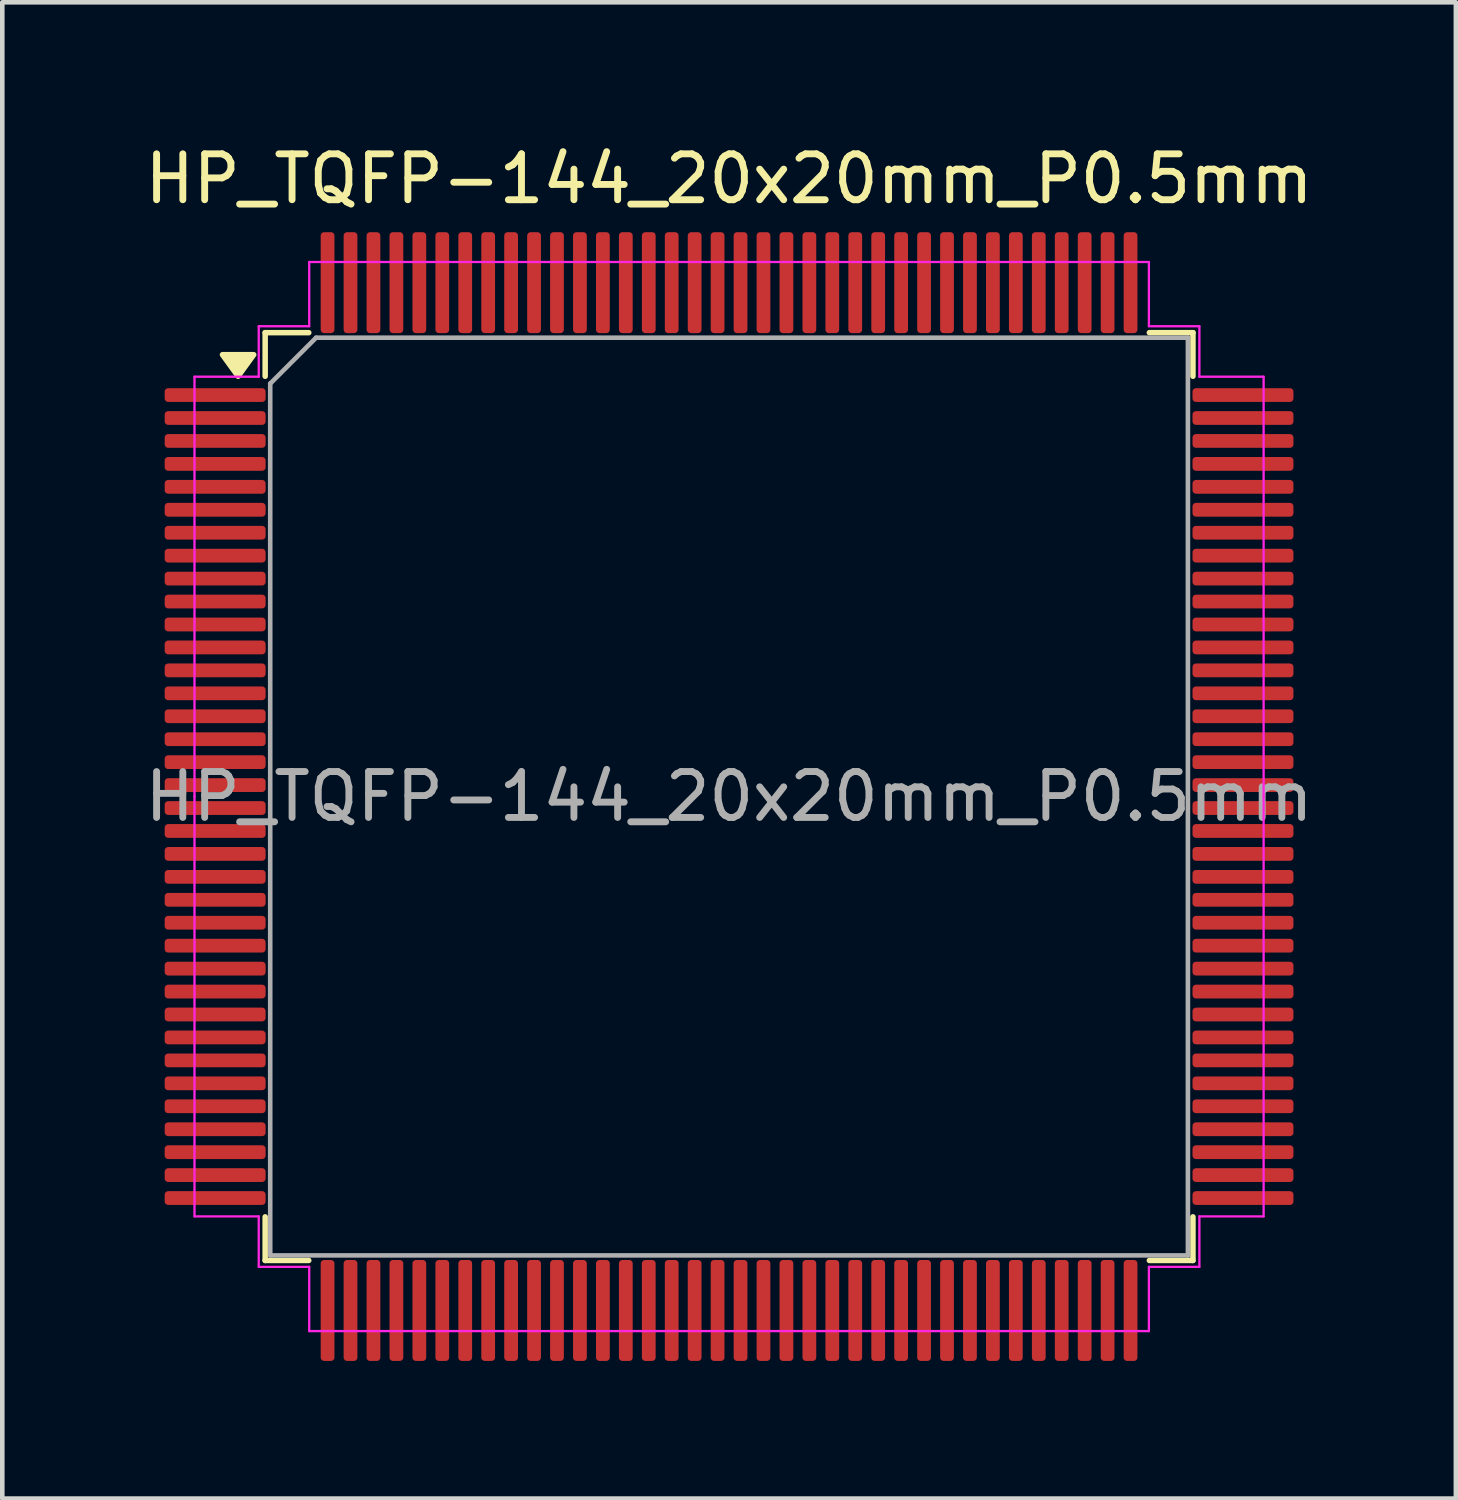
<source format=kicad_pcb>
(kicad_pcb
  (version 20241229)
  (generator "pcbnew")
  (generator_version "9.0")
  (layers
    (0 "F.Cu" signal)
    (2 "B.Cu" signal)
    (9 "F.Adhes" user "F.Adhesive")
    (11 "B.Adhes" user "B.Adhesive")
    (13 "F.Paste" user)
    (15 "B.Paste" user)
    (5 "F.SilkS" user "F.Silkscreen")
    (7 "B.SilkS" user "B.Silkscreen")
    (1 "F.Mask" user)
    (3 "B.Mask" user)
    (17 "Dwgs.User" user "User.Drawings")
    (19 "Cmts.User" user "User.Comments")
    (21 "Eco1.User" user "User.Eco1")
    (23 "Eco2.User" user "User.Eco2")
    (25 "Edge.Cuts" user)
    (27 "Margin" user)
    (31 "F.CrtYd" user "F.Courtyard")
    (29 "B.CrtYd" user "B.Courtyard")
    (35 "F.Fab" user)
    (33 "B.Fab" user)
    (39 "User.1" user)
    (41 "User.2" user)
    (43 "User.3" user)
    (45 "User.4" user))
  (footprint "HP_TQFP-144_20x20mm_P0.5mm"
    (layer "F.Cu")
    (at 12.839 14.31)
    (property "Reference" "HP_TQFP-144_20x20mm_P0.5mm" (at 0 -13.462 0) (layer "F.SilkS") (effects (font (size 1 1) (thickness 0.15))))
    (attr smd)
    (fp_line (start -10.11 -10.11) (end -10.11 -9.16) (stroke (width 0.12) (type solid)) (layer "F.SilkS"))
    (fp_line (start -10.11 10.11) (end -10.11 9.16) (stroke (width 0.12) (type solid)) (layer "F.SilkS"))
    (fp_line (start -9.16 -10.11) (end -10.11 -10.11) (stroke (width 0.12) (type solid)) (layer "F.SilkS"))
    (fp_line (start -9.16 10.11) (end -10.11 10.11) (stroke (width 0.12) (type solid)) (layer "F.SilkS"))
    (fp_line (start 9.16 -10.11) (end 10.11 -10.11) (stroke (width 0.12) (type solid)) (layer "F.SilkS"))
    (fp_line (start 9.16 10.11) (end 10.11 10.11) (stroke (width 0.12) (type solid)) (layer "F.SilkS"))
    (fp_line (start 10.11 -10.11) (end 10.11 -9.16) (stroke (width 0.12) (type solid)) (layer "F.SilkS"))
    (fp_line (start 10.11 10.11) (end 10.11 9.16) (stroke (width 0.12) (type solid)) (layer "F.SilkS"))
    (fp_poly (pts (xy -10.7 -9.16) (xy -11.04 -9.63) (xy -10.36 -9.63)) (stroke (width 0.12) (type solid)) (fill yes) (layer "F.SilkS"))
    (fp_line (start -11.65 -9.15) (end -11.65 0) (stroke (width 0.05) (type solid)) (layer "F.CrtYd"))
    (fp_line (start -11.65 9.15) (end -11.65 0) (stroke (width 0.05) (type solid)) (layer "F.CrtYd"))
    (fp_line (start -10.25 -10.25) (end -10.25 -9.15) (stroke (width 0.05) (type solid)) (layer "F.CrtYd"))
    (fp_line (start -10.25 -9.15) (end -11.65 -9.15) (stroke (width 0.05) (type solid)) (layer "F.CrtYd"))
    (fp_line (start -10.25 9.15) (end -11.65 9.15) (stroke (width 0.05) (type solid)) (layer "F.CrtYd"))
    (fp_line (start -10.25 10.25) (end -10.25 9.15) (stroke (width 0.05) (type solid)) (layer "F.CrtYd"))
    (fp_line (start -9.15 -11.65) (end -9.15 -10.25) (stroke (width 0.05) (type solid)) (layer "F.CrtYd"))
    (fp_line (start -9.15 -10.25) (end -10.25 -10.25) (stroke (width 0.05) (type solid)) (layer "F.CrtYd"))
    (fp_line (start -9.15 10.25) (end -10.25 10.25) (stroke (width 0.05) (type solid)) (layer "F.CrtYd"))
    (fp_line (start -9.15 11.65) (end -9.15 10.25) (stroke (width 0.05) (type solid)) (layer "F.CrtYd"))
    (fp_line (start 0 -11.65) (end -9.15 -11.65) (stroke (width 0.05) (type solid)) (layer "F.CrtYd"))
    (fp_line (start 0 -11.65) (end 9.15 -11.65) (stroke (width 0.05) (type solid)) (layer "F.CrtYd"))
    (fp_line (start 0 11.65) (end -9.15 11.65) (stroke (width 0.05) (type solid)) (layer "F.CrtYd"))
    (fp_line (start 0 11.65) (end 9.15 11.65) (stroke (width 0.05) (type solid)) (layer "F.CrtYd"))
    (fp_line (start 9.15 -11.65) (end 9.15 -10.25) (stroke (width 0.05) (type solid)) (layer "F.CrtYd"))
    (fp_line (start 9.15 -10.25) (end 10.25 -10.25) (stroke (width 0.05) (type solid)) (layer "F.CrtYd"))
    (fp_line (start 9.15 10.25) (end 10.25 10.25) (stroke (width 0.05) (type solid)) (layer "F.CrtYd"))
    (fp_line (start 9.15 11.65) (end 9.15 10.25) (stroke (width 0.05) (type solid)) (layer "F.CrtYd"))
    (fp_line (start 10.25 -10.25) (end 10.25 -9.15) (stroke (width 0.05) (type solid)) (layer "F.CrtYd"))
    (fp_line (start 10.25 -9.15) (end 11.65 -9.15) (stroke (width 0.05) (type solid)) (layer "F.CrtYd"))
    (fp_line (start 10.25 9.15) (end 11.65 9.15) (stroke (width 0.05) (type solid)) (layer "F.CrtYd"))
    (fp_line (start 10.25 10.25) (end 10.25 9.15) (stroke (width 0.05) (type solid)) (layer "F.CrtYd"))
    (fp_line (start 11.65 -9.15) (end 11.65 0) (stroke (width 0.05) (type solid)) (layer "F.CrtYd"))
    (fp_line (start 11.65 9.15) (end 11.65 0) (stroke (width 0.05) (type solid)) (layer "F.CrtYd"))
    (fp_line (start -10 -9) (end -9 -10) (stroke (width 0.1) (type solid)) (layer "F.Fab"))
    (fp_line (start -10 10) (end -10 -9) (stroke (width 0.1) (type solid)) (layer "F.Fab"))
    (fp_line (start -9 -10) (end 10 -10) (stroke (width 0.1) (type solid)) (layer "F.Fab"))
    (fp_line (start 10 -10) (end 10 10) (stroke (width 0.1) (type solid)) (layer "F.Fab"))
    (fp_line (start 10 10) (end -10 10) (stroke (width 0.1) (type solid)) (layer "F.Fab"))
    (fp_text user "${REFERENCE}" (at 0 0 0) (layer "F.Fab") (effects (font (size 1 1) (thickness 0.15))))
    (pad "1" smd roundrect (at -11.2 -8.75) (size 2.2 0.3) (layers "F.Cu" "F.Mask" "F.Paste") (roundrect_rratio 0.25))
    (pad "2" smd roundrect (at -11.2 -8.25) (size 2.2 0.3) (layers "F.Cu" "F.Mask" "F.Paste") (roundrect_rratio 0.25))
    (pad "3" smd roundrect (at -11.2 -7.75) (size 2.2 0.3) (layers "F.Cu" "F.Mask" "F.Paste") (roundrect_rratio 0.25))
    (pad "4" smd roundrect (at -11.2 -7.25) (size 2.2 0.3) (layers "F.Cu" "F.Mask" "F.Paste") (roundrect_rratio 0.25))
    (pad "5" smd roundrect (at -11.2 -6.75) (size 2.2 0.3) (layers "F.Cu" "F.Mask" "F.Paste") (roundrect_rratio 0.25))
    (pad "6" smd roundrect (at -11.2 -6.25) (size 2.2 0.3) (layers "F.Cu" "F.Mask" "F.Paste") (roundrect_rratio 0.25))
    (pad "7" smd roundrect (at -11.2 -5.75) (size 2.2 0.3) (layers "F.Cu" "F.Mask" "F.Paste") (roundrect_rratio 0.25))
    (pad "8" smd roundrect (at -11.2 -5.25) (size 2.2 0.3) (layers "F.Cu" "F.Mask" "F.Paste") (roundrect_rratio 0.25))
    (pad "9" smd roundrect (at -11.2 -4.75) (size 2.2 0.3) (layers "F.Cu" "F.Mask" "F.Paste") (roundrect_rratio 0.25))
    (pad "10" smd roundrect (at -11.2 -4.25) (size 2.2 0.3) (layers "F.Cu" "F.Mask" "F.Paste") (roundrect_rratio 0.25))
    (pad "11" smd roundrect (at -11.2 -3.75) (size 2.2 0.3) (layers "F.Cu" "F.Mask" "F.Paste") (roundrect_rratio 0.25))
    (pad "12" smd roundrect (at -11.2 -3.25) (size 2.2 0.3) (layers "F.Cu" "F.Mask" "F.Paste") (roundrect_rratio 0.25))
    (pad "13" smd roundrect (at -11.2 -2.75) (size 2.2 0.3) (layers "F.Cu" "F.Mask" "F.Paste") (roundrect_rratio 0.25))
    (pad "14" smd roundrect (at -11.2 -2.25) (size 2.2 0.3) (layers "F.Cu" "F.Mask" "F.Paste") (roundrect_rratio 0.25))
    (pad "15" smd roundrect (at -11.2 -1.75) (size 2.2 0.3) (layers "F.Cu" "F.Mask" "F.Paste") (roundrect_rratio 0.25))
    (pad "16" smd roundrect (at -11.2 -1.25) (size 2.2 0.3) (layers "F.Cu" "F.Mask" "F.Paste") (roundrect_rratio 0.25))
    (pad "17" smd roundrect (at -11.2 -0.75) (size 2.2 0.3) (layers "F.Cu" "F.Mask" "F.Paste") (roundrect_rratio 0.25))
    (pad "18" smd roundrect (at -11.2 -0.25) (size 2.2 0.3) (layers "F.Cu" "F.Mask" "F.Paste") (roundrect_rratio 0.25))
    (pad "19" smd roundrect (at -11.2 0.25) (size 2.2 0.3) (layers "F.Cu" "F.Mask" "F.Paste") (roundrect_rratio 0.25))
    (pad "20" smd roundrect (at -11.2 0.75) (size 2.2 0.3) (layers "F.Cu" "F.Mask" "F.Paste") (roundrect_rratio 0.25))
    (pad "21" smd roundrect (at -11.2 1.25) (size 2.2 0.3) (layers "F.Cu" "F.Mask" "F.Paste") (roundrect_rratio 0.25))
    (pad "22" smd roundrect (at -11.2 1.75) (size 2.2 0.3) (layers "F.Cu" "F.Mask" "F.Paste") (roundrect_rratio 0.25))
    (pad "23" smd roundrect (at -11.2 2.25) (size 2.2 0.3) (layers "F.Cu" "F.Mask" "F.Paste") (roundrect_rratio 0.25))
    (pad "24" smd roundrect (at -11.2 2.75) (size 2.2 0.3) (layers "F.Cu" "F.Mask" "F.Paste") (roundrect_rratio 0.25))
    (pad "25" smd roundrect (at -11.2 3.25) (size 2.2 0.3) (layers "F.Cu" "F.Mask" "F.Paste") (roundrect_rratio 0.25))
    (pad "26" smd roundrect (at -11.2 3.75) (size 2.2 0.3) (layers "F.Cu" "F.Mask" "F.Paste") (roundrect_rratio 0.25))
    (pad "27" smd roundrect (at -11.2 4.25) (size 2.2 0.3) (layers "F.Cu" "F.Mask" "F.Paste") (roundrect_rratio 0.25))
    (pad "28" smd roundrect (at -11.2 4.75) (size 2.2 0.3) (layers "F.Cu" "F.Mask" "F.Paste") (roundrect_rratio 0.25))
    (pad "29" smd roundrect (at -11.2 5.25) (size 2.2 0.3) (layers "F.Cu" "F.Mask" "F.Paste") (roundrect_rratio 0.25))
    (pad "30" smd roundrect (at -11.2 5.75) (size 2.2 0.3) (layers "F.Cu" "F.Mask" "F.Paste") (roundrect_rratio 0.25))
    (pad "31" smd roundrect (at -11.2 6.25) (size 2.2 0.3) (layers "F.Cu" "F.Mask" "F.Paste") (roundrect_rratio 0.25))
    (pad "32" smd roundrect (at -11.2 6.75) (size 2.2 0.3) (layers "F.Cu" "F.Mask" "F.Paste") (roundrect_rratio 0.25))
    (pad "33" smd roundrect (at -11.2 7.25) (size 2.2 0.3) (layers "F.Cu" "F.Mask" "F.Paste") (roundrect_rratio 0.25))
    (pad "34" smd roundrect (at -11.2 7.75) (size 2.2 0.3) (layers "F.Cu" "F.Mask" "F.Paste") (roundrect_rratio 0.25))
    (pad "35" smd roundrect (at -11.2 8.25) (size 2.2 0.3) (layers "F.Cu" "F.Mask" "F.Paste") (roundrect_rratio 0.25))
    (pad "36" smd roundrect (at -11.2 8.75) (size 2.2 0.3) (layers "F.Cu" "F.Mask" "F.Paste") (roundrect_rratio 0.25))
    (pad "37" smd roundrect (at -8.75 11.2) (size 0.3 2.2) (layers "F.Cu" "F.Mask" "F.Paste") (roundrect_rratio 0.25))
    (pad "38" smd roundrect (at -8.25 11.2) (size 0.3 2.2) (layers "F.Cu" "F.Mask" "F.Paste") (roundrect_rratio 0.25))
    (pad "39" smd roundrect (at -7.75 11.2) (size 0.3 2.2) (layers "F.Cu" "F.Mask" "F.Paste") (roundrect_rratio 0.25))
    (pad "40" smd roundrect (at -7.25 11.2) (size 0.3 2.2) (layers "F.Cu" "F.Mask" "F.Paste") (roundrect_rratio 0.25))
    (pad "41" smd roundrect (at -6.75 11.2) (size 0.3 2.2) (layers "F.Cu" "F.Mask" "F.Paste") (roundrect_rratio 0.25))
    (pad "42" smd roundrect (at -6.25 11.2) (size 0.3 2.2) (layers "F.Cu" "F.Mask" "F.Paste") (roundrect_rratio 0.25))
    (pad "43" smd roundrect (at -5.75 11.2) (size 0.3 2.2) (layers "F.Cu" "F.Mask" "F.Paste") (roundrect_rratio 0.25))
    (pad "44" smd roundrect (at -5.25 11.2) (size 0.3 2.2) (layers "F.Cu" "F.Mask" "F.Paste") (roundrect_rratio 0.25))
    (pad "45" smd roundrect (at -4.75 11.2) (size 0.3 2.2) (layers "F.Cu" "F.Mask" "F.Paste") (roundrect_rratio 0.25))
    (pad "46" smd roundrect (at -4.25 11.2) (size 0.3 2.2) (layers "F.Cu" "F.Mask" "F.Paste") (roundrect_rratio 0.25))
    (pad "47" smd roundrect (at -3.75 11.2) (size 0.3 2.2) (layers "F.Cu" "F.Mask" "F.Paste") (roundrect_rratio 0.25))
    (pad "48" smd roundrect (at -3.25 11.2) (size 0.3 2.2) (layers "F.Cu" "F.Mask" "F.Paste") (roundrect_rratio 0.25))
    (pad "49" smd roundrect (at -2.75 11.2) (size 0.3 2.2) (layers "F.Cu" "F.Mask" "F.Paste") (roundrect_rratio 0.25))
    (pad "50" smd roundrect (at -2.25 11.2) (size 0.3 2.2) (layers "F.Cu" "F.Mask" "F.Paste") (roundrect_rratio 0.25))
    (pad "51" smd roundrect (at -1.75 11.2) (size 0.3 2.2) (layers "F.Cu" "F.Mask" "F.Paste") (roundrect_rratio 0.25))
    (pad "52" smd roundrect (at -1.25 11.2) (size 0.3 2.2) (layers "F.Cu" "F.Mask" "F.Paste") (roundrect_rratio 0.25))
    (pad "53" smd roundrect (at -0.75 11.2) (size 0.3 2.2) (layers "F.Cu" "F.Mask" "F.Paste") (roundrect_rratio 0.25))
    (pad "54" smd roundrect (at -0.25 11.2) (size 0.3 2.2) (layers "F.Cu" "F.Mask" "F.Paste") (roundrect_rratio 0.25))
    (pad "55" smd roundrect (at 0.25 11.2) (size 0.3 2.2) (layers "F.Cu" "F.Mask" "F.Paste") (roundrect_rratio 0.25))
    (pad "56" smd roundrect (at 0.75 11.2) (size 0.3 2.2) (layers "F.Cu" "F.Mask" "F.Paste") (roundrect_rratio 0.25))
    (pad "57" smd roundrect (at 1.25 11.2) (size 0.3 2.2) (layers "F.Cu" "F.Mask" "F.Paste") (roundrect_rratio 0.25))
    (pad "58" smd roundrect (at 1.75 11.2) (size 0.3 2.2) (layers "F.Cu" "F.Mask" "F.Paste") (roundrect_rratio 0.25))
    (pad "59" smd roundrect (at 2.25 11.2) (size 0.3 2.2) (layers "F.Cu" "F.Mask" "F.Paste") (roundrect_rratio 0.25))
    (pad "60" smd roundrect (at 2.75 11.2) (size 0.3 2.2) (layers "F.Cu" "F.Mask" "F.Paste") (roundrect_rratio 0.25))
    (pad "61" smd roundrect (at 3.25 11.2) (size 0.3 2.2) (layers "F.Cu" "F.Mask" "F.Paste") (roundrect_rratio 0.25))
    (pad "62" smd roundrect (at 3.75 11.2) (size 0.3 2.2) (layers "F.Cu" "F.Mask" "F.Paste") (roundrect_rratio 0.25))
    (pad "63" smd roundrect (at 4.25 11.2) (size 0.3 2.2) (layers "F.Cu" "F.Mask" "F.Paste") (roundrect_rratio 0.25))
    (pad "64" smd roundrect (at 4.75 11.2) (size 0.3 2.2) (layers "F.Cu" "F.Mask" "F.Paste") (roundrect_rratio 0.25))
    (pad "65" smd roundrect (at 5.25 11.2) (size 0.3 2.2) (layers "F.Cu" "F.Mask" "F.Paste") (roundrect_rratio 0.25))
    (pad "66" smd roundrect (at 5.75 11.2) (size 0.3 2.2) (layers "F.Cu" "F.Mask" "F.Paste") (roundrect_rratio 0.25))
    (pad "67" smd roundrect (at 6.25 11.2) (size 0.3 2.2) (layers "F.Cu" "F.Mask" "F.Paste") (roundrect_rratio 0.25))
    (pad "68" smd roundrect (at 6.75 11.2) (size 0.3 2.2) (layers "F.Cu" "F.Mask" "F.Paste") (roundrect_rratio 0.25))
    (pad "69" smd roundrect (at 7.25 11.2) (size 0.3 2.2) (layers "F.Cu" "F.Mask" "F.Paste") (roundrect_rratio 0.25))
    (pad "70" smd roundrect (at 7.75 11.2) (size 0.3 2.2) (layers "F.Cu" "F.Mask" "F.Paste") (roundrect_rratio 0.25))
    (pad "71" smd roundrect (at 8.25 11.2) (size 0.3 2.2) (layers "F.Cu" "F.Mask" "F.Paste") (roundrect_rratio 0.25))
    (pad "72" smd roundrect (at 8.75 11.2) (size 0.3 2.2) (layers "F.Cu" "F.Mask" "F.Paste") (roundrect_rratio 0.25))
    (pad "73" smd roundrect (at 11.2 8.75) (size 2.2 0.3) (layers "F.Cu" "F.Mask" "F.Paste") (roundrect_rratio 0.25))
    (pad "74" smd roundrect (at 11.2 8.25) (size 2.2 0.3) (layers "F.Cu" "F.Mask" "F.Paste") (roundrect_rratio 0.25))
    (pad "75" smd roundrect (at 11.2 7.75) (size 2.2 0.3) (layers "F.Cu" "F.Mask" "F.Paste") (roundrect_rratio 0.25))
    (pad "76" smd roundrect (at 11.2 7.25) (size 2.2 0.3) (layers "F.Cu" "F.Mask" "F.Paste") (roundrect_rratio 0.25))
    (pad "77" smd roundrect (at 11.2 6.75) (size 2.2 0.3) (layers "F.Cu" "F.Mask" "F.Paste") (roundrect_rratio 0.25))
    (pad "78" smd roundrect (at 11.2 6.25) (size 2.2 0.3) (layers "F.Cu" "F.Mask" "F.Paste") (roundrect_rratio 0.25))
    (pad "79" smd roundrect (at 11.2 5.75) (size 2.2 0.3) (layers "F.Cu" "F.Mask" "F.Paste") (roundrect_rratio 0.25))
    (pad "80" smd roundrect (at 11.2 5.25) (size 2.2 0.3) (layers "F.Cu" "F.Mask" "F.Paste") (roundrect_rratio 0.25))
    (pad "81" smd roundrect (at 11.2 4.75) (size 2.2 0.3) (layers "F.Cu" "F.Mask" "F.Paste") (roundrect_rratio 0.25))
    (pad "82" smd roundrect (at 11.2 4.25) (size 2.2 0.3) (layers "F.Cu" "F.Mask" "F.Paste") (roundrect_rratio 0.25))
    (pad "83" smd roundrect (at 11.2 3.75) (size 2.2 0.3) (layers "F.Cu" "F.Mask" "F.Paste") (roundrect_rratio 0.25))
    (pad "84" smd roundrect (at 11.2 3.25) (size 2.2 0.3) (layers "F.Cu" "F.Mask" "F.Paste") (roundrect_rratio 0.25))
    (pad "85" smd roundrect (at 11.2 2.75) (size 2.2 0.3) (layers "F.Cu" "F.Mask" "F.Paste") (roundrect_rratio 0.25))
    (pad "86" smd roundrect (at 11.2 2.25) (size 2.2 0.3) (layers "F.Cu" "F.Mask" "F.Paste") (roundrect_rratio 0.25))
    (pad "87" smd roundrect (at 11.2 1.75) (size 2.2 0.3) (layers "F.Cu" "F.Mask" "F.Paste") (roundrect_rratio 0.25))
    (pad "88" smd roundrect (at 11.2 1.25) (size 2.2 0.3) (layers "F.Cu" "F.Mask" "F.Paste") (roundrect_rratio 0.25))
    (pad "89" smd roundrect (at 11.2 0.75) (size 2.2 0.3) (layers "F.Cu" "F.Mask" "F.Paste") (roundrect_rratio 0.25))
    (pad "90" smd roundrect (at 11.2 0.25) (size 2.2 0.3) (layers "F.Cu" "F.Mask" "F.Paste") (roundrect_rratio 0.25))
    (pad "91" smd roundrect (at 11.2 -0.25) (size 2.2 0.3) (layers "F.Cu" "F.Mask" "F.Paste") (roundrect_rratio 0.25))
    (pad "92" smd roundrect (at 11.2 -0.75) (size 2.2 0.3) (layers "F.Cu" "F.Mask" "F.Paste") (roundrect_rratio 0.25))
    (pad "93" smd roundrect (at 11.2 -1.25) (size 2.2 0.3) (layers "F.Cu" "F.Mask" "F.Paste") (roundrect_rratio 0.25))
    (pad "94" smd roundrect (at 11.2 -1.75) (size 2.2 0.3) (layers "F.Cu" "F.Mask" "F.Paste") (roundrect_rratio 0.25))
    (pad "95" smd roundrect (at 11.2 -2.25) (size 2.2 0.3) (layers "F.Cu" "F.Mask" "F.Paste") (roundrect_rratio 0.25))
    (pad "96" smd roundrect (at 11.2 -2.75) (size 2.2 0.3) (layers "F.Cu" "F.Mask" "F.Paste") (roundrect_rratio 0.25))
    (pad "97" smd roundrect (at 11.2 -3.25) (size 2.2 0.3) (layers "F.Cu" "F.Mask" "F.Paste") (roundrect_rratio 0.25))
    (pad "98" smd roundrect (at 11.2 -3.75) (size 2.2 0.3) (layers "F.Cu" "F.Mask" "F.Paste") (roundrect_rratio 0.25))
    (pad "99" smd roundrect (at 11.2 -4.25) (size 2.2 0.3) (layers "F.Cu" "F.Mask" "F.Paste") (roundrect_rratio 0.25))
    (pad "100" smd roundrect (at 11.2 -4.75) (size 2.2 0.3) (layers "F.Cu" "F.Mask" "F.Paste") (roundrect_rratio 0.25))
    (pad "101" smd roundrect (at 11.2 -5.25) (size 2.2 0.3) (layers "F.Cu" "F.Mask" "F.Paste") (roundrect_rratio 0.25))
    (pad "102" smd roundrect (at 11.2 -5.75) (size 2.2 0.3) (layers "F.Cu" "F.Mask" "F.Paste") (roundrect_rratio 0.25))
    (pad "103" smd roundrect (at 11.2 -6.25) (size 2.2 0.3) (layers "F.Cu" "F.Mask" "F.Paste") (roundrect_rratio 0.25))
    (pad "104" smd roundrect (at 11.2 -6.75) (size 2.2 0.3) (layers "F.Cu" "F.Mask" "F.Paste") (roundrect_rratio 0.25))
    (pad "105" smd roundrect (at 11.2 -7.25) (size 2.2 0.3) (layers "F.Cu" "F.Mask" "F.Paste") (roundrect_rratio 0.25))
    (pad "106" smd roundrect (at 11.2 -7.75) (size 2.2 0.3) (layers "F.Cu" "F.Mask" "F.Paste") (roundrect_rratio 0.25))
    (pad "107" smd roundrect (at 11.2 -8.25) (size 2.2 0.3) (layers "F.Cu" "F.Mask" "F.Paste") (roundrect_rratio 0.25))
    (pad "108" smd roundrect (at 11.2 -8.75) (size 2.2 0.3) (layers "F.Cu" "F.Mask" "F.Paste") (roundrect_rratio 0.25))
    (pad "109" smd roundrect (at 8.75 -11.2) (size 0.3 2.2) (layers "F.Cu" "F.Mask" "F.Paste") (roundrect_rratio 0.25))
    (pad "110" smd roundrect (at 8.25 -11.2) (size 0.3 2.2) (layers "F.Cu" "F.Mask" "F.Paste") (roundrect_rratio 0.25))
    (pad "111" smd roundrect (at 7.75 -11.2) (size 0.3 2.2) (layers "F.Cu" "F.Mask" "F.Paste") (roundrect_rratio 0.25))
    (pad "112" smd roundrect (at 7.25 -11.2) (size 0.3 2.2) (layers "F.Cu" "F.Mask" "F.Paste") (roundrect_rratio 0.25))
    (pad "113" smd roundrect (at 6.75 -11.2) (size 0.3 2.2) (layers "F.Cu" "F.Mask" "F.Paste") (roundrect_rratio 0.25))
    (pad "114" smd roundrect (at 6.25 -11.2) (size 0.3 2.2) (layers "F.Cu" "F.Mask" "F.Paste") (roundrect_rratio 0.25))
    (pad "115" smd roundrect (at 5.75 -11.2) (size 0.3 2.2) (layers "F.Cu" "F.Mask" "F.Paste") (roundrect_rratio 0.25))
    (pad "116" smd roundrect (at 5.25 -11.2) (size 0.3 2.2) (layers "F.Cu" "F.Mask" "F.Paste") (roundrect_rratio 0.25))
    (pad "117" smd roundrect (at 4.75 -11.2) (size 0.3 2.2) (layers "F.Cu" "F.Mask" "F.Paste") (roundrect_rratio 0.25))
    (pad "118" smd roundrect (at 4.25 -11.2) (size 0.3 2.2) (layers "F.Cu" "F.Mask" "F.Paste") (roundrect_rratio 0.25))
    (pad "119" smd roundrect (at 3.75 -11.2) (size 0.3 2.2) (layers "F.Cu" "F.Mask" "F.Paste") (roundrect_rratio 0.25))
    (pad "120" smd roundrect (at 3.25 -11.2) (size 0.3 2.2) (layers "F.Cu" "F.Mask" "F.Paste") (roundrect_rratio 0.25))
    (pad "121" smd roundrect (at 2.75 -11.2) (size 0.3 2.2) (layers "F.Cu" "F.Mask" "F.Paste") (roundrect_rratio 0.25))
    (pad "122" smd roundrect (at 2.25 -11.2) (size 0.3 2.2) (layers "F.Cu" "F.Mask" "F.Paste") (roundrect_rratio 0.25))
    (pad "123" smd roundrect (at 1.75 -11.2) (size 0.3 2.2) (layers "F.Cu" "F.Mask" "F.Paste") (roundrect_rratio 0.25))
    (pad "124" smd roundrect (at 1.25 -11.2) (size 0.3 2.2) (layers "F.Cu" "F.Mask" "F.Paste") (roundrect_rratio 0.25))
    (pad "125" smd roundrect (at 0.75 -11.2) (size 0.3 2.2) (layers "F.Cu" "F.Mask" "F.Paste") (roundrect_rratio 0.25))
    (pad "126" smd roundrect (at 0.25 -11.2) (size 0.3 2.2) (layers "F.Cu" "F.Mask" "F.Paste") (roundrect_rratio 0.25))
    (pad "127" smd roundrect (at -0.25 -11.2) (size 0.3 2.2) (layers "F.Cu" "F.Mask" "F.Paste") (roundrect_rratio 0.25))
    (pad "128" smd roundrect (at -0.75 -11.2) (size 0.3 2.2) (layers "F.Cu" "F.Mask" "F.Paste") (roundrect_rratio 0.25))
    (pad "129" smd roundrect (at -1.25 -11.2) (size 0.3 2.2) (layers "F.Cu" "F.Mask" "F.Paste") (roundrect_rratio 0.25))
    (pad "130" smd roundrect (at -1.75 -11.2) (size 0.3 2.2) (layers "F.Cu" "F.Mask" "F.Paste") (roundrect_rratio 0.25))
    (pad "131" smd roundrect (at -2.25 -11.2) (size 0.3 2.2) (layers "F.Cu" "F.Mask" "F.Paste") (roundrect_rratio 0.25))
    (pad "132" smd roundrect (at -2.75 -11.2) (size 0.3 2.2) (layers "F.Cu" "F.Mask" "F.Paste") (roundrect_rratio 0.25))
    (pad "133" smd roundrect (at -3.25 -11.2) (size 0.3 2.2) (layers "F.Cu" "F.Mask" "F.Paste") (roundrect_rratio 0.25))
    (pad "134" smd roundrect (at -3.75 -11.2) (size 0.3 2.2) (layers "F.Cu" "F.Mask" "F.Paste") (roundrect_rratio 0.25))
    (pad "135" smd roundrect (at -4.25 -11.2) (size 0.3 2.2) (layers "F.Cu" "F.Mask" "F.Paste") (roundrect_rratio 0.25))
    (pad "136" smd roundrect (at -4.75 -11.2) (size 0.3 2.2) (layers "F.Cu" "F.Mask" "F.Paste") (roundrect_rratio 0.25))
    (pad "137" smd roundrect (at -5.25 -11.2) (size 0.3 2.2) (layers "F.Cu" "F.Mask" "F.Paste") (roundrect_rratio 0.25))
    (pad "138" smd roundrect (at -5.75 -11.2) (size 0.3 2.2) (layers "F.Cu" "F.Mask" "F.Paste") (roundrect_rratio 0.25))
    (pad "139" smd roundrect (at -6.25 -11.2) (size 0.3 2.2) (layers "F.Cu" "F.Mask" "F.Paste") (roundrect_rratio 0.25))
    (pad "140" smd roundrect (at -6.75 -11.2) (size 0.3 2.2) (layers "F.Cu" "F.Mask" "F.Paste") (roundrect_rratio 0.25))
    (pad "141" smd roundrect (at -7.25 -11.2) (size 0.3 2.2) (layers "F.Cu" "F.Mask" "F.Paste") (roundrect_rratio 0.25))
    (pad "142" smd roundrect (at -7.75 -11.2) (size 0.3 2.2) (layers "F.Cu" "F.Mask" "F.Paste") (roundrect_rratio 0.25))
    (pad "143" smd roundrect (at -8.25 -11.2) (size 0.3 2.2) (layers "F.Cu" "F.Mask" "F.Paste") (roundrect_rratio 0.25))
    (pad "144" smd roundrect (at -8.75 -11.2) (size 0.3 2.2) (layers "F.Cu" "F.Mask" "F.Paste") (roundrect_rratio 0.25)))
  (gr_rect
    (start -3 -3)
    (end 28.679 29.61)
    (stroke (width 0.1) (type default))
    (fill no)
    (layer "Edge.Cuts")))
</source>
